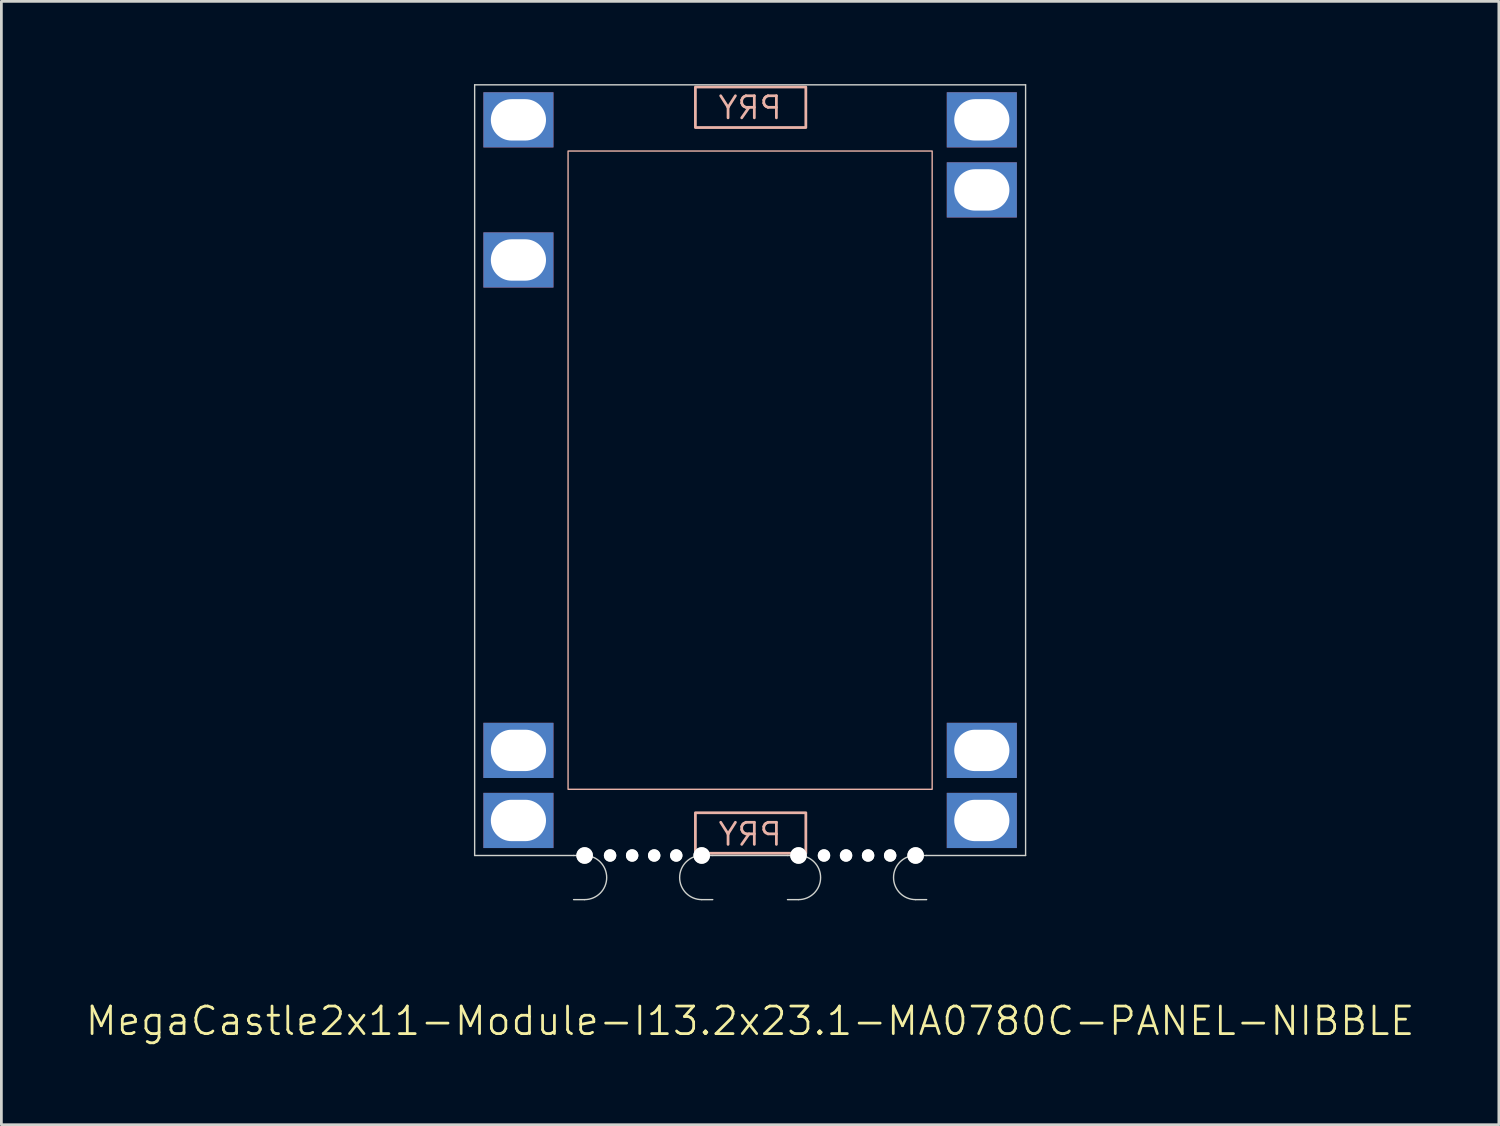
<source format=kicad_pcb>
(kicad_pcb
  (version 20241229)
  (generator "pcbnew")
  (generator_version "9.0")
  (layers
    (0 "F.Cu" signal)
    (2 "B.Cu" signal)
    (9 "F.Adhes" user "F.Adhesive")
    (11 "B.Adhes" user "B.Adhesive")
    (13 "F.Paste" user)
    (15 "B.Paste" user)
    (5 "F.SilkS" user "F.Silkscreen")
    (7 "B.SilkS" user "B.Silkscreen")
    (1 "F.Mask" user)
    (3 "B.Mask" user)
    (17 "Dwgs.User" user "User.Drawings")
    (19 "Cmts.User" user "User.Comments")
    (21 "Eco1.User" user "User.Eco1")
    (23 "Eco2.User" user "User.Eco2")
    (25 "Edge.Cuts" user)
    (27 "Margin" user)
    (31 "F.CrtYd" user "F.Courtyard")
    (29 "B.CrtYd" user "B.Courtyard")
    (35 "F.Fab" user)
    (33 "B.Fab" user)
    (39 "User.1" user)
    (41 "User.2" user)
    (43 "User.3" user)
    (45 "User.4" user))
  (footprint "MegaCastle2x11-Module-I13.2x23.1-MA0780C-PANEL-NIBBLE"
    (layer "F.Cu")
    (at 24.145 13.995)
    (property "Reference" "MegaCastle2x11-Module-I13.2x23.1-MA0780C-PANEL-NIBBLE" (at 0 19.97 0) (unlocked yes) (layer "F.SilkS") (effects (font (size 1 1) (thickness 0.1))))
    (attr smd)
    (fp_rect (start -6.6 11.57) (end 6.6 -11.57) (stroke (width 0.05) (type default)) (fill no) (layer "B.SilkS"))
    (fp_rect (start -1.984 -12.421) (end 2.02 -13.89) (stroke (width 0.1) (type default)) (fill no) (layer "B.SilkS"))
    (fp_rect (start -1.984 12.421) (end 2.02 13.89) (stroke (width 0.1) (type default)) (fill no) (layer "B.SilkS"))
    (fp_line (start -9.987 -13.97) (end -9.987 13.97) (stroke (width 0.05) (type default)) (layer "Edge.Cuts"))
    (fp_line (start -9.987 -13.97) (end 9.987 -13.97) (stroke (width 0.05) (type default)) (layer "Edge.Cuts"))
    (fp_line (start -9.987 13.97) (end -6.4 13.97) (stroke (width 0.05) (type default)) (layer "Edge.Cuts"))
    (fp_line (start -6.4 13.97) (end -6 13.97) (stroke (width 0.05) (type default)) (layer "Edge.Cuts"))
    (fp_line (start -6.4 15.57) (end -6 15.57) (stroke (width 0.05) (type default)) (layer "Edge.Cuts"))
    (fp_line (start -1.355 13.97) (end -1.755 13.97) (stroke (width 0.05) (type default)) (layer "Edge.Cuts"))
    (fp_line (start -1.355 13.97) (end 1.355 13.97) (stroke (width 0.05) (type default)) (layer "Edge.Cuts"))
    (fp_line (start -1.355 15.57) (end -1.755 15.57) (stroke (width 0.05) (type default)) (layer "Edge.Cuts"))
    (fp_line (start 1.355 13.97) (end 1.755 13.97) (stroke (width 0.05) (type default)) (layer "Edge.Cuts"))
    (fp_line (start 1.355 15.57) (end 1.755 15.57) (stroke (width 0.05) (type default)) (layer "Edge.Cuts"))
    (fp_line (start 6.4 13.97) (end 6 13.97) (stroke (width 0.05) (type default)) (layer "Edge.Cuts"))
    (fp_line (start 6.4 13.97) (end 9.987 13.97) (stroke (width 0.05) (type default)) (layer "Edge.Cuts"))
    (fp_line (start 6.4 15.57) (end 6 15.57) (stroke (width 0.05) (type default)) (layer "Edge.Cuts"))
    (fp_line (start 9.987 -13.97) (end 9.987 13.97) (stroke (width 0.05) (type default)) (layer "Edge.Cuts"))
    (fp_arc (start -6 13.97) (mid -5.2 14.77) (end -6 15.57) (stroke (width 0.05) (type default)) (layer "Edge.Cuts"))
    (fp_arc (start -1.755 15.57) (mid -2.555 14.77) (end -1.755 13.97) (stroke (width 0.05) (type default)) (layer "Edge.Cuts"))
    (fp_arc (start 1.755 13.97) (mid 2.555 14.77) (end 1.755 15.57) (stroke (width 0.05) (type default)) (layer "Edge.Cuts"))
    (fp_arc (start 6 15.57) (mid 5.2 14.77) (end 6 13.97) (stroke (width 0.05) (type default)) (layer "Edge.Cuts"))
    (fp_text user "PRY" (at 0 -12.67 0) (unlocked yes) (layer "B.SilkS") (effects (font (size 0.8 0.8) (thickness 0.1)) (justify bottom mirror)))
    (fp_text user "PRY" (at 0 13.67 0) (unlocked yes) (layer "B.SilkS") (effects (font (size 0.8 0.8) (thickness 0.1)) (justify bottom mirror)))
    (pad "" np_thru_hole circle (at -6 13.97) (size 0.6 0.6) (drill 0.6) (layers "*.Cu" "Edge.Cuts"))
    (pad "" np_thru_hole circle (at -5.077 13.97) (size 0.45 0.45) (drill 0.45) (layers "*.Cu" "Edge.Cuts"))
    (pad "" np_thru_hole circle (at -4.277 13.97) (size 0.45 0.45) (drill 0.45) (layers "*.Cu" "Edge.Cuts"))
    (pad "" np_thru_hole circle (at -3.478 13.97) (size 0.45 0.45) (drill 0.45) (layers "*.Cu" "Edge.Cuts"))
    (pad "" np_thru_hole circle (at -2.678 13.97) (size 0.45 0.45) (drill 0.45) (layers "*.Cu" "Edge.Cuts"))
    (pad "" np_thru_hole circle (at -1.755 13.97) (size 0.6 0.6) (drill 0.6) (layers "*.Cu" "Edge.Cuts"))
    (pad "" np_thru_hole circle (at 1.755 13.97) (size 0.6 0.6) (drill 0.6) (layers "*.Cu" "Edge.Cuts"))
    (pad "" np_thru_hole circle (at 2.678 13.97) (size 0.45 0.45) (drill 0.45) (layers "*.Cu" "Edge.Cuts"))
    (pad "" np_thru_hole circle (at 3.478 13.97) (size 0.45 0.45) (drill 0.45) (layers "*.Cu" "Edge.Cuts"))
    (pad "" np_thru_hole circle (at 4.277 13.97) (size 0.45 0.45) (drill 0.45) (layers "*.Cu" "Edge.Cuts"))
    (pad "" np_thru_hole circle (at 5.077 13.97) (size 0.45 0.45) (drill 0.45) (layers "*.Cu" "Edge.Cuts"))
    (pad "" np_thru_hole circle (at 6 13.97) (size 0.6 0.6) (drill 0.6) (layers "*.Cu" "Edge.Cuts"))
    (pad "1" thru_hole rect (at -8.4 -12.7) (size 2.54 2) (drill oval 2 1.5) (property pad_prop_castellated) (layers "*.Cu" "*.Mask"))
    (pad "3" thru_hole rect (at -8.4 -7.62) (size 2.54 2) (drill oval 2 1.5) (property pad_prop_castellated) (layers "*.Cu" "*.Mask"))
    (pad "10" thru_hole rect (at -8.4 10.16) (size 2.54 2) (drill oval 2 1.5) (property pad_prop_castellated) (layers "*.Cu" "*.Mask"))
    (pad "11" thru_hole rect (at -8.4 12.7) (size 2.54 2) (drill oval 2 1.5) (property pad_prop_castellated) (layers "*.Cu" "*.Mask"))
    (pad "12" thru_hole rect (at 8.4 -12.7) (size 2.54 2) (drill oval 2 1.5) (property pad_prop_castellated) (layers "*.Cu" "*.Mask"))
    (pad "13" thru_hole rect (at 8.4 -10.16) (size 2.54 2) (drill oval 2 1.5) (property pad_prop_castellated) (layers "*.Cu" "*.Mask"))
    (pad "21" thru_hole rect (at 8.4 10.16) (size 2.54 2) (drill oval 2 1.5) (property pad_prop_castellated) (layers "*.Cu" "*.Mask"))
    (pad "22" thru_hole rect (at 8.4 12.7) (size 2.54 2) (drill oval 2 1.5) (property pad_prop_castellated) (layers "*.Cu" "*.Mask"))
    (zone (net_name "") (layer "B.Cu") (hatch edge 0.5) (connect_pads) (min_thickness 0.25) (filled_areas_thickness no) (keepout (tracks allowed) (vias allowed) (pads allowed) (copperpour allowed) (footprints not_allowed)) (placement (enabled no)) (fill) (polygon (pts (xy 15.745 27.965) (xy 15.745 0.025) (xy 17.545 0.025) (xy 17.545 27.965))))
    (zone (net_name "") (layer "B.Cu") (hatch edge 0.5) (connect_pads) (min_thickness 0.25) (filled_areas_thickness no) (keepout (tracks allowed) (vias allowed) (pads allowed) (copperpour allowed) (footprints not_allowed)) (placement (enabled no)) (fill) (polygon (pts (xy 17.545 0.025) (xy 17.545 2.425) (xy 30.745 2.425) (xy 30.745 0.025))))
    (zone (net_name "") (layer "B.Cu") (hatch edge 0.5) (connect_pads) (min_thickness 0.25) (filled_areas_thickness no) (keepout (tracks allowed) (vias allowed) (pads allowed) (copperpour allowed) (footprints not_allowed)) (placement (enabled no)) (fill) (polygon (pts (xy 17.545 27.965) (xy 17.545 25.565) (xy 30.745 25.565) (xy 30.745 27.965))))
    (zone (net_name "") (layer "B.Cu") (name "Upper Pry Zone") (hatch edge 0.5) (connect_pads) (min_thickness 0.25) (filled_areas_thickness no) (keepout (tracks not_allowed) (vias not_allowed) (pads not_allowed) (copperpour allowed) (footprints not_allowed)) (placement (enabled no)) (fill) (polygon (pts (xy 22.161 1.574) (xy 22.161 0.105) (xy 26.165 0.105) (xy 26.165 1.574))))
    (zone (net_name "") (layer "B.Cu") (name "Upper Pry Zone") (hatch edge 0.5) (connect_pads) (min_thickness 0.25) (filled_areas_thickness no) (keepout (tracks not_allowed) (vias not_allowed) (pads not_allowed) (copperpour allowed) (footprints not_allowed)) (placement (enabled no)) (fill) (polygon (pts (xy 22.161 26.416) (xy 22.161 27.885) (xy 26.165 27.885) (xy 26.165 26.416))))
    (zone (net_name "") (layer "B.Cu") (hatch edge 0.5) (connect_pads) (min_thickness 0.25) (filled_areas_thickness no) (keepout (tracks allowed) (vias allowed) (pads allowed) (copperpour allowed) (footprints not_allowed)) (placement (enabled no)) (fill) (polygon (pts (xy 32.545 27.965) (xy 32.545 0.025) (xy 30.745 0.025) (xy 30.745 27.965)))))
  (gr_rect
    (start -3 -3)
    (end 51.29 37.725)
    (stroke (width 0.1) (type default))
    (fill no)
    (layer "Edge.Cuts")))
</source>
